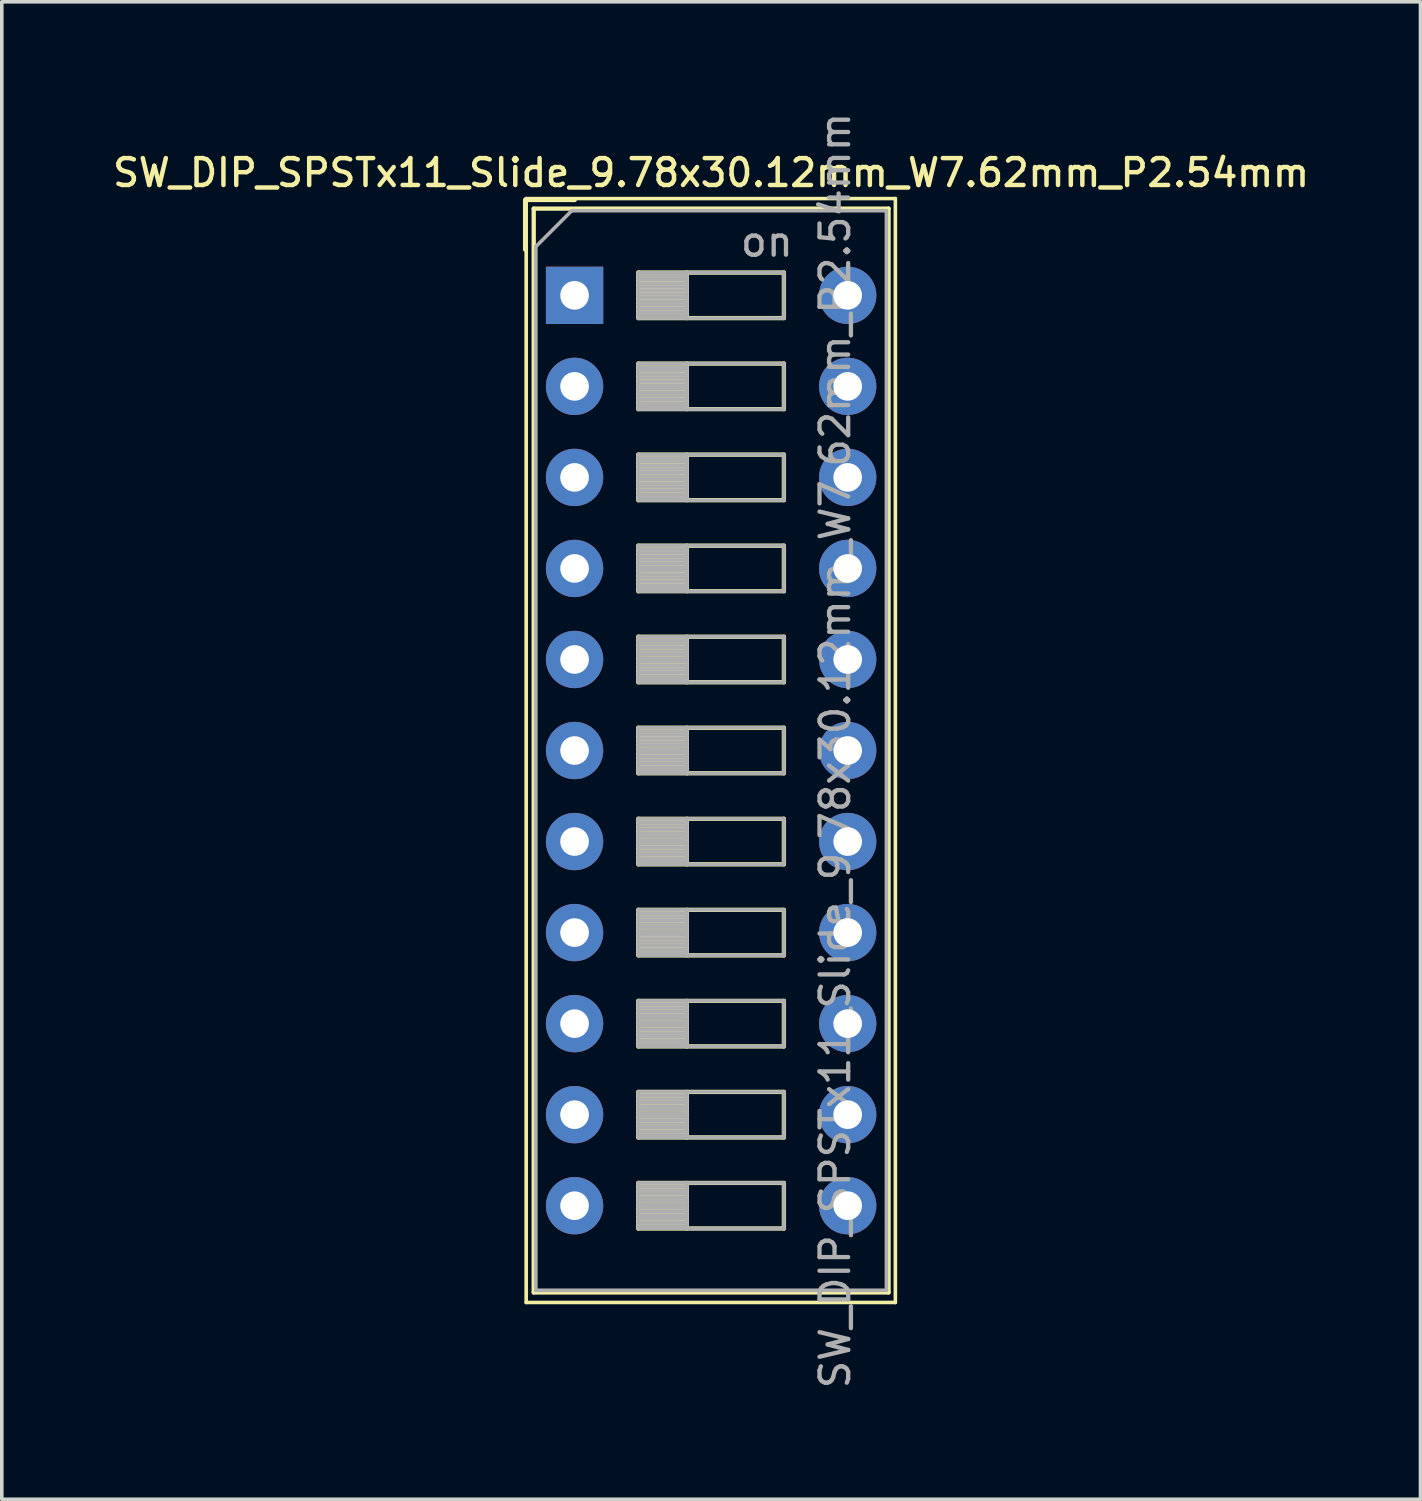
<source format=kicad_pcb>
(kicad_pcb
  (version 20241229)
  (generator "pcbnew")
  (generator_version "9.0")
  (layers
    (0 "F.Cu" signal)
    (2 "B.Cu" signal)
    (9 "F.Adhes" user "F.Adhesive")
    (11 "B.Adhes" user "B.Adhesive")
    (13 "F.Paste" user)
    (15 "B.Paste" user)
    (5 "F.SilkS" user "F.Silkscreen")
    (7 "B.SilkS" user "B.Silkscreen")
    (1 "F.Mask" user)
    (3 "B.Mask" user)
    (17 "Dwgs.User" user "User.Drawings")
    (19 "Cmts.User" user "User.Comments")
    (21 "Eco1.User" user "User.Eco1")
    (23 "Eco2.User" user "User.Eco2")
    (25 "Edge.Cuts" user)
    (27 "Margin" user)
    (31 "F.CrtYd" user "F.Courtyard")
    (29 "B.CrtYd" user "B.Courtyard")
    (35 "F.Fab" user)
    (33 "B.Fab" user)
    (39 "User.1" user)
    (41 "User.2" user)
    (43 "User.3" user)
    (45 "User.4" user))
  (footprint "SW_DIP_SPSTx11_Slide_9.78x30.12mm_W7.62mm_P2.54mm"
    (layer "F.Cu")
    (at 12.981 5.19)
    (property "Reference" "SW_DIP_SPSTx11_Slide_9.78x30.12mm_W7.62mm_P2.54mm" (at 3.81 -3.42 0) (layer "F.SilkS") (effects (font (size 0.75 0.75) (thickness 0.125))))
    (attr through_hole)
    (fp_line (start -1.38 -2.66) (end -1.38 -1.277) (stroke (width 0.12) (type solid)) (layer "F.SilkS"))
    (fp_line (start -1.38 -2.66) (end 0.004 -2.66) (stroke (width 0.12) (type solid)) (layer "F.SilkS"))
    (fp_line (start -1.35 -2.7) (end -1.35 28.1) (stroke (width 0.1) (type solid)) (layer "F.SilkS"))
    (fp_line (start -1.35 28.1) (end 8.95 28.1) (stroke (width 0.1) (type solid)) (layer "F.SilkS"))
    (fp_line (start -1.14 -2.42) (end -1.14 27.82) (stroke (width 0.12) (type solid)) (layer "F.SilkS"))
    (fp_line (start -1.14 -2.42) (end 8.76 -2.42) (stroke (width 0.12) (type solid)) (layer "F.SilkS"))
    (fp_line (start -1.14 27.82) (end 8.76 27.82) (stroke (width 0.12) (type solid)) (layer "F.SilkS"))
    (fp_line (start 1.78 -0.635) (end 1.78 0.635) (stroke (width 0.12) (type solid)) (layer "F.SilkS"))
    (fp_line (start 1.78 -0.515) (end 3.133 -0.515) (stroke (width 0.12) (type solid)) (layer "F.SilkS"))
    (fp_line (start 1.78 -0.395) (end 3.133 -0.395) (stroke (width 0.12) (type solid)) (layer "F.SilkS"))
    (fp_line (start 1.78 -0.275) (end 3.133 -0.275) (stroke (width 0.12) (type solid)) (layer "F.SilkS"))
    (fp_line (start 1.78 -0.155) (end 3.133 -0.155) (stroke (width 0.12) (type solid)) (layer "F.SilkS"))
    (fp_line (start 1.78 -0.035) (end 3.133 -0.035) (stroke (width 0.12) (type solid)) (layer "F.SilkS"))
    (fp_line (start 1.78 0.085) (end 3.133 0.085) (stroke (width 0.12) (type solid)) (layer "F.SilkS"))
    (fp_line (start 1.78 0.205) (end 3.133 0.205) (stroke (width 0.12) (type solid)) (layer "F.SilkS"))
    (fp_line (start 1.78 0.325) (end 3.133 0.325) (stroke (width 0.12) (type solid)) (layer "F.SilkS"))
    (fp_line (start 1.78 0.445) (end 3.133 0.445) (stroke (width 0.12) (type solid)) (layer "F.SilkS"))
    (fp_line (start 1.78 0.565) (end 3.133 0.565) (stroke (width 0.12) (type solid)) (layer "F.SilkS"))
    (fp_line (start 1.78 0.635) (end 5.84 0.635) (stroke (width 0.12) (type solid)) (layer "F.SilkS"))
    (fp_line (start 1.78 1.905) (end 1.78 3.175) (stroke (width 0.12) (type solid)) (layer "F.SilkS"))
    (fp_line (start 1.78 2.025) (end 3.133 2.025) (stroke (width 0.12) (type solid)) (layer "F.SilkS"))
    (fp_line (start 1.78 2.145) (end 3.133 2.145) (stroke (width 0.12) (type solid)) (layer "F.SilkS"))
    (fp_line (start 1.78 2.265) (end 3.133 2.265) (stroke (width 0.12) (type solid)) (layer "F.SilkS"))
    (fp_line (start 1.78 2.385) (end 3.133 2.385) (stroke (width 0.12) (type solid)) (layer "F.SilkS"))
    (fp_line (start 1.78 2.505) (end 3.133 2.505) (stroke (width 0.12) (type solid)) (layer "F.SilkS"))
    (fp_line (start 1.78 2.625) (end 3.133 2.625) (stroke (width 0.12) (type solid)) (layer "F.SilkS"))
    (fp_line (start 1.78 2.745) (end 3.133 2.745) (stroke (width 0.12) (type solid)) (layer "F.SilkS"))
    (fp_line (start 1.78 2.865) (end 3.133 2.865) (stroke (width 0.12) (type solid)) (layer "F.SilkS"))
    (fp_line (start 1.78 2.985) (end 3.133 2.985) (stroke (width 0.12) (type solid)) (layer "F.SilkS"))
    (fp_line (start 1.78 3.105) (end 3.133 3.105) (stroke (width 0.12) (type solid)) (layer "F.SilkS"))
    (fp_line (start 1.78 3.175) (end 5.84 3.175) (stroke (width 0.12) (type solid)) (layer "F.SilkS"))
    (fp_line (start 1.78 4.445) (end 1.78 5.715) (stroke (width 0.12) (type solid)) (layer "F.SilkS"))
    (fp_line (start 1.78 4.565) (end 3.133 4.565) (stroke (width 0.12) (type solid)) (layer "F.SilkS"))
    (fp_line (start 1.78 4.685) (end 3.133 4.685) (stroke (width 0.12) (type solid)) (layer "F.SilkS"))
    (fp_line (start 1.78 4.805) (end 3.133 4.805) (stroke (width 0.12) (type solid)) (layer "F.SilkS"))
    (fp_line (start 1.78 4.925) (end 3.133 4.925) (stroke (width 0.12) (type solid)) (layer "F.SilkS"))
    (fp_line (start 1.78 5.045) (end 3.133 5.045) (stroke (width 0.12) (type solid)) (layer "F.SilkS"))
    (fp_line (start 1.78 5.165) (end 3.133 5.165) (stroke (width 0.12) (type solid)) (layer "F.SilkS"))
    (fp_line (start 1.78 5.285) (end 3.133 5.285) (stroke (width 0.12) (type solid)) (layer "F.SilkS"))
    (fp_line (start 1.78 5.405) (end 3.133 5.405) (stroke (width 0.12) (type solid)) (layer "F.SilkS"))
    (fp_line (start 1.78 5.525) (end 3.133 5.525) (stroke (width 0.12) (type solid)) (layer "F.SilkS"))
    (fp_line (start 1.78 5.645) (end 3.133 5.645) (stroke (width 0.12) (type solid)) (layer "F.SilkS"))
    (fp_line (start 1.78 5.715) (end 5.84 5.715) (stroke (width 0.12) (type solid)) (layer "F.SilkS"))
    (fp_line (start 1.78 6.985) (end 1.78 8.255) (stroke (width 0.12) (type solid)) (layer "F.SilkS"))
    (fp_line (start 1.78 7.105) (end 3.133 7.105) (stroke (width 0.12) (type solid)) (layer "F.SilkS"))
    (fp_line (start 1.78 7.225) (end 3.133 7.225) (stroke (width 0.12) (type solid)) (layer "F.SilkS"))
    (fp_line (start 1.78 7.345) (end 3.133 7.345) (stroke (width 0.12) (type solid)) (layer "F.SilkS"))
    (fp_line (start 1.78 7.465) (end 3.133 7.465) (stroke (width 0.12) (type solid)) (layer "F.SilkS"))
    (fp_line (start 1.78 7.585) (end 3.133 7.585) (stroke (width 0.12) (type solid)) (layer "F.SilkS"))
    (fp_line (start 1.78 7.705) (end 3.133 7.705) (stroke (width 0.12) (type solid)) (layer "F.SilkS"))
    (fp_line (start 1.78 7.825) (end 3.133 7.825) (stroke (width 0.12) (type solid)) (layer "F.SilkS"))
    (fp_line (start 1.78 7.945) (end 3.133 7.945) (stroke (width 0.12) (type solid)) (layer "F.SilkS"))
    (fp_line (start 1.78 8.065) (end 3.133 8.065) (stroke (width 0.12) (type solid)) (layer "F.SilkS"))
    (fp_line (start 1.78 8.185) (end 3.133 8.185) (stroke (width 0.12) (type solid)) (layer "F.SilkS"))
    (fp_line (start 1.78 8.255) (end 5.84 8.255) (stroke (width 0.12) (type solid)) (layer "F.SilkS"))
    (fp_line (start 1.78 9.525) (end 1.78 10.795) (stroke (width 0.12) (type solid)) (layer "F.SilkS"))
    (fp_line (start 1.78 9.645) (end 3.133 9.645) (stroke (width 0.12) (type solid)) (layer "F.SilkS"))
    (fp_line (start 1.78 9.765) (end 3.133 9.765) (stroke (width 0.12) (type solid)) (layer "F.SilkS"))
    (fp_line (start 1.78 9.885) (end 3.133 9.885) (stroke (width 0.12) (type solid)) (layer "F.SilkS"))
    (fp_line (start 1.78 10.005) (end 3.133 10.005) (stroke (width 0.12) (type solid)) (layer "F.SilkS"))
    (fp_line (start 1.78 10.125) (end 3.133 10.125) (stroke (width 0.12) (type solid)) (layer "F.SilkS"))
    (fp_line (start 1.78 10.245) (end 3.133 10.245) (stroke (width 0.12) (type solid)) (layer "F.SilkS"))
    (fp_line (start 1.78 10.365) (end 3.133 10.365) (stroke (width 0.12) (type solid)) (layer "F.SilkS"))
    (fp_line (start 1.78 10.485) (end 3.133 10.485) (stroke (width 0.12) (type solid)) (layer "F.SilkS"))
    (fp_line (start 1.78 10.605) (end 3.133 10.605) (stroke (width 0.12) (type solid)) (layer "F.SilkS"))
    (fp_line (start 1.78 10.725) (end 3.133 10.725) (stroke (width 0.12) (type solid)) (layer "F.SilkS"))
    (fp_line (start 1.78 10.795) (end 5.84 10.795) (stroke (width 0.12) (type solid)) (layer "F.SilkS"))
    (fp_line (start 1.78 12.065) (end 1.78 13.335) (stroke (width 0.12) (type solid)) (layer "F.SilkS"))
    (fp_line (start 1.78 12.185) (end 3.133 12.185) (stroke (width 0.12) (type solid)) (layer "F.SilkS"))
    (fp_line (start 1.78 12.305) (end 3.133 12.305) (stroke (width 0.12) (type solid)) (layer "F.SilkS"))
    (fp_line (start 1.78 12.425) (end 3.133 12.425) (stroke (width 0.12) (type solid)) (layer "F.SilkS"))
    (fp_line (start 1.78 12.545) (end 3.133 12.545) (stroke (width 0.12) (type solid)) (layer "F.SilkS"))
    (fp_line (start 1.78 12.665) (end 3.133 12.665) (stroke (width 0.12) (type solid)) (layer "F.SilkS"))
    (fp_line (start 1.78 12.785) (end 3.133 12.785) (stroke (width 0.12) (type solid)) (layer "F.SilkS"))
    (fp_line (start 1.78 12.905) (end 3.133 12.905) (stroke (width 0.12) (type solid)) (layer "F.SilkS"))
    (fp_line (start 1.78 13.025) (end 3.133 13.025) (stroke (width 0.12) (type solid)) (layer "F.SilkS"))
    (fp_line (start 1.78 13.145) (end 3.133 13.145) (stroke (width 0.12) (type solid)) (layer "F.SilkS"))
    (fp_line (start 1.78 13.265) (end 3.133 13.265) (stroke (width 0.12) (type solid)) (layer "F.SilkS"))
    (fp_line (start 1.78 13.335) (end 5.84 13.335) (stroke (width 0.12) (type solid)) (layer "F.SilkS"))
    (fp_line (start 1.78 14.605) (end 1.78 15.875) (stroke (width 0.12) (type solid)) (layer "F.SilkS"))
    (fp_line (start 1.78 14.725) (end 3.133 14.725) (stroke (width 0.12) (type solid)) (layer "F.SilkS"))
    (fp_line (start 1.78 14.845) (end 3.133 14.845) (stroke (width 0.12) (type solid)) (layer "F.SilkS"))
    (fp_line (start 1.78 14.965) (end 3.133 14.965) (stroke (width 0.12) (type solid)) (layer "F.SilkS"))
    (fp_line (start 1.78 15.085) (end 3.133 15.085) (stroke (width 0.12) (type solid)) (layer "F.SilkS"))
    (fp_line (start 1.78 15.205) (end 3.133 15.205) (stroke (width 0.12) (type solid)) (layer "F.SilkS"))
    (fp_line (start 1.78 15.325) (end 3.133 15.325) (stroke (width 0.12) (type solid)) (layer "F.SilkS"))
    (fp_line (start 1.78 15.445) (end 3.133 15.445) (stroke (width 0.12) (type solid)) (layer "F.SilkS"))
    (fp_line (start 1.78 15.565) (end 3.133 15.565) (stroke (width 0.12) (type solid)) (layer "F.SilkS"))
    (fp_line (start 1.78 15.685) (end 3.133 15.685) (stroke (width 0.12) (type solid)) (layer "F.SilkS"))
    (fp_line (start 1.78 15.805) (end 3.133 15.805) (stroke (width 0.12) (type solid)) (layer "F.SilkS"))
    (fp_line (start 1.78 15.875) (end 5.84 15.875) (stroke (width 0.12) (type solid)) (layer "F.SilkS"))
    (fp_line (start 1.78 17.145) (end 1.78 18.415) (stroke (width 0.12) (type solid)) (layer "F.SilkS"))
    (fp_line (start 1.78 17.265) (end 3.133 17.265) (stroke (width 0.12) (type solid)) (layer "F.SilkS"))
    (fp_line (start 1.78 17.385) (end 3.133 17.385) (stroke (width 0.12) (type solid)) (layer "F.SilkS"))
    (fp_line (start 1.78 17.505) (end 3.133 17.505) (stroke (width 0.12) (type solid)) (layer "F.SilkS"))
    (fp_line (start 1.78 17.625) (end 3.133 17.625) (stroke (width 0.12) (type solid)) (layer "F.SilkS"))
    (fp_line (start 1.78 17.745) (end 3.133 17.745) (stroke (width 0.12) (type solid)) (layer "F.SilkS"))
    (fp_line (start 1.78 17.865) (end 3.133 17.865) (stroke (width 0.12) (type solid)) (layer "F.SilkS"))
    (fp_line (start 1.78 17.985) (end 3.133 17.985) (stroke (width 0.12) (type solid)) (layer "F.SilkS"))
    (fp_line (start 1.78 18.105) (end 3.133 18.105) (stroke (width 0.12) (type solid)) (layer "F.SilkS"))
    (fp_line (start 1.78 18.225) (end 3.133 18.225) (stroke (width 0.12) (type solid)) (layer "F.SilkS"))
    (fp_line (start 1.78 18.345) (end 3.133 18.345) (stroke (width 0.12) (type solid)) (layer "F.SilkS"))
    (fp_line (start 1.78 18.415) (end 5.84 18.415) (stroke (width 0.12) (type solid)) (layer "F.SilkS"))
    (fp_line (start 1.78 19.685) (end 1.78 20.955) (stroke (width 0.12) (type solid)) (layer "F.SilkS"))
    (fp_line (start 1.78 19.805) (end 3.133 19.805) (stroke (width 0.12) (type solid)) (layer "F.SilkS"))
    (fp_line (start 1.78 19.925) (end 3.133 19.925) (stroke (width 0.12) (type solid)) (layer "F.SilkS"))
    (fp_line (start 1.78 20.045) (end 3.133 20.045) (stroke (width 0.12) (type solid)) (layer "F.SilkS"))
    (fp_line (start 1.78 20.165) (end 3.133 20.165) (stroke (width 0.12) (type solid)) (layer "F.SilkS"))
    (fp_line (start 1.78 20.285) (end 3.133 20.285) (stroke (width 0.12) (type solid)) (layer "F.SilkS"))
    (fp_line (start 1.78 20.405) (end 3.133 20.405) (stroke (width 0.12) (type solid)) (layer "F.SilkS"))
    (fp_line (start 1.78 20.525) (end 3.133 20.525) (stroke (width 0.12) (type solid)) (layer "F.SilkS"))
    (fp_line (start 1.78 20.645) (end 3.133 20.645) (stroke (width 0.12) (type solid)) (layer "F.SilkS"))
    (fp_line (start 1.78 20.765) (end 3.133 20.765) (stroke (width 0.12) (type solid)) (layer "F.SilkS"))
    (fp_line (start 1.78 20.885) (end 3.133 20.885) (stroke (width 0.12) (type solid)) (layer "F.SilkS"))
    (fp_line (start 1.78 20.955) (end 5.84 20.955) (stroke (width 0.12) (type solid)) (layer "F.SilkS"))
    (fp_line (start 1.78 22.225) (end 1.78 23.495) (stroke (width 0.12) (type solid)) (layer "F.SilkS"))
    (fp_line (start 1.78 22.345) (end 3.133 22.345) (stroke (width 0.12) (type solid)) (layer "F.SilkS"))
    (fp_line (start 1.78 22.465) (end 3.133 22.465) (stroke (width 0.12) (type solid)) (layer "F.SilkS"))
    (fp_line (start 1.78 22.585) (end 3.133 22.585) (stroke (width 0.12) (type solid)) (layer "F.SilkS"))
    (fp_line (start 1.78 22.705) (end 3.133 22.705) (stroke (width 0.12) (type solid)) (layer "F.SilkS"))
    (fp_line (start 1.78 22.825) (end 3.133 22.825) (stroke (width 0.12) (type solid)) (layer "F.SilkS"))
    (fp_line (start 1.78 22.945) (end 3.133 22.945) (stroke (width 0.12) (type solid)) (layer "F.SilkS"))
    (fp_line (start 1.78 23.065) (end 3.133 23.065) (stroke (width 0.12) (type solid)) (layer "F.SilkS"))
    (fp_line (start 1.78 23.185) (end 3.133 23.185) (stroke (width 0.12) (type solid)) (layer "F.SilkS"))
    (fp_line (start 1.78 23.305) (end 3.133 23.305) (stroke (width 0.12) (type solid)) (layer "F.SilkS"))
    (fp_line (start 1.78 23.425) (end 3.133 23.425) (stroke (width 0.12) (type solid)) (layer "F.SilkS"))
    (fp_line (start 1.78 23.495) (end 5.84 23.495) (stroke (width 0.12) (type solid)) (layer "F.SilkS"))
    (fp_line (start 1.78 24.765) (end 1.78 26.035) (stroke (width 0.12) (type solid)) (layer "F.SilkS"))
    (fp_line (start 1.78 24.885) (end 3.133 24.885) (stroke (width 0.12) (type solid)) (layer "F.SilkS"))
    (fp_line (start 1.78 25.005) (end 3.133 25.005) (stroke (width 0.12) (type solid)) (layer "F.SilkS"))
    (fp_line (start 1.78 25.125) (end 3.133 25.125) (stroke (width 0.12) (type solid)) (layer "F.SilkS"))
    (fp_line (start 1.78 25.245) (end 3.133 25.245) (stroke (width 0.12) (type solid)) (layer "F.SilkS"))
    (fp_line (start 1.78 25.365) (end 3.133 25.365) (stroke (width 0.12) (type solid)) (layer "F.SilkS"))
    (fp_line (start 1.78 25.485) (end 3.133 25.485) (stroke (width 0.12) (type solid)) (layer "F.SilkS"))
    (fp_line (start 1.78 25.605) (end 3.133 25.605) (stroke (width 0.12) (type solid)) (layer "F.SilkS"))
    (fp_line (start 1.78 25.725) (end 3.133 25.725) (stroke (width 0.12) (type solid)) (layer "F.SilkS"))
    (fp_line (start 1.78 25.845) (end 3.133 25.845) (stroke (width 0.12) (type solid)) (layer "F.SilkS"))
    (fp_line (start 1.78 25.965) (end 3.133 25.965) (stroke (width 0.12) (type solid)) (layer "F.SilkS"))
    (fp_line (start 1.78 26.035) (end 5.84 26.035) (stroke (width 0.12) (type solid)) (layer "F.SilkS"))
    (fp_line (start 3.133 -0.635) (end 3.133 0.635) (stroke (width 0.12) (type solid)) (layer "F.SilkS"))
    (fp_line (start 3.133 1.905) (end 3.133 3.175) (stroke (width 0.12) (type solid)) (layer "F.SilkS"))
    (fp_line (start 3.133 4.445) (end 3.133 5.715) (stroke (width 0.12) (type solid)) (layer "F.SilkS"))
    (fp_line (start 3.133 6.985) (end 3.133 8.255) (stroke (width 0.12) (type solid)) (layer "F.SilkS"))
    (fp_line (start 3.133 9.525) (end 3.133 10.795) (stroke (width 0.12) (type solid)) (layer "F.SilkS"))
    (fp_line (start 3.133 12.065) (end 3.133 13.335) (stroke (width 0.12) (type solid)) (layer "F.SilkS"))
    (fp_line (start 3.133 14.605) (end 3.133 15.875) (stroke (width 0.12) (type solid)) (layer "F.SilkS"))
    (fp_line (start 3.133 17.145) (end 3.133 18.415) (stroke (width 0.12) (type solid)) (layer "F.SilkS"))
    (fp_line (start 3.133 19.685) (end 3.133 20.955) (stroke (width 0.12) (type solid)) (layer "F.SilkS"))
    (fp_line (start 3.133 22.225) (end 3.133 23.495) (stroke (width 0.12) (type solid)) (layer "F.SilkS"))
    (fp_line (start 3.133 24.765) (end 3.133 26.035) (stroke (width 0.12) (type solid)) (layer "F.SilkS"))
    (fp_line (start 5.84 -0.635) (end 1.78 -0.635) (stroke (width 0.12) (type solid)) (layer "F.SilkS"))
    (fp_line (start 5.84 0.635) (end 5.84 -0.635) (stroke (width 0.12) (type solid)) (layer "F.SilkS"))
    (fp_line (start 5.84 1.905) (end 1.78 1.905) (stroke (width 0.12) (type solid)) (layer "F.SilkS"))
    (fp_line (start 5.84 3.175) (end 5.84 1.905) (stroke (width 0.12) (type solid)) (layer "F.SilkS"))
    (fp_line (start 5.84 4.445) (end 1.78 4.445) (stroke (width 0.12) (type solid)) (layer "F.SilkS"))
    (fp_line (start 5.84 5.715) (end 5.84 4.445) (stroke (width 0.12) (type solid)) (layer "F.SilkS"))
    (fp_line (start 5.84 6.985) (end 1.78 6.985) (stroke (width 0.12) (type solid)) (layer "F.SilkS"))
    (fp_line (start 5.84 8.255) (end 5.84 6.985) (stroke (width 0.12) (type solid)) (layer "F.SilkS"))
    (fp_line (start 5.84 9.525) (end 1.78 9.525) (stroke (width 0.12) (type solid)) (layer "F.SilkS"))
    (fp_line (start 5.84 10.795) (end 5.84 9.525) (stroke (width 0.12) (type solid)) (layer "F.SilkS"))
    (fp_line (start 5.84 12.065) (end 1.78 12.065) (stroke (width 0.12) (type solid)) (layer "F.SilkS"))
    (fp_line (start 5.84 13.335) (end 5.84 12.065) (stroke (width 0.12) (type solid)) (layer "F.SilkS"))
    (fp_line (start 5.84 14.605) (end 1.78 14.605) (stroke (width 0.12) (type solid)) (layer "F.SilkS"))
    (fp_line (start 5.84 15.875) (end 5.84 14.605) (stroke (width 0.12) (type solid)) (layer "F.SilkS"))
    (fp_line (start 5.84 17.145) (end 1.78 17.145) (stroke (width 0.12) (type solid)) (layer "F.SilkS"))
    (fp_line (start 5.84 18.415) (end 5.84 17.145) (stroke (width 0.12) (type solid)) (layer "F.SilkS"))
    (fp_line (start 5.84 19.685) (end 1.78 19.685) (stroke (width 0.12) (type solid)) (layer "F.SilkS"))
    (fp_line (start 5.84 20.955) (end 5.84 19.685) (stroke (width 0.12) (type solid)) (layer "F.SilkS"))
    (fp_line (start 5.84 22.225) (end 1.78 22.225) (stroke (width 0.12) (type solid)) (layer "F.SilkS"))
    (fp_line (start 5.84 23.495) (end 5.84 22.225) (stroke (width 0.12) (type solid)) (layer "F.SilkS"))
    (fp_line (start 5.84 24.765) (end 1.78 24.765) (stroke (width 0.12) (type solid)) (layer "F.SilkS"))
    (fp_line (start 5.84 26.035) (end 5.84 24.765) (stroke (width 0.12) (type solid)) (layer "F.SilkS"))
    (fp_line (start 8.76 -2.42) (end 8.76 27.82) (stroke (width 0.12) (type solid)) (layer "F.SilkS"))
    (fp_line (start 8.95 -2.7) (end -1.35 -2.7) (stroke (width 0.1) (type solid)) (layer "F.SilkS"))
    (fp_line (start 8.95 28.1) (end 8.95 -2.7) (stroke (width 0.1) (type solid)) (layer "F.SilkS"))
    (fp_line (start -1.08 -1.36) (end -0.08 -2.36) (stroke (width 0.1) (type solid)) (layer "F.Fab"))
    (fp_line (start -1.08 27.76) (end -1.08 -1.36) (stroke (width 0.1) (type solid)) (layer "F.Fab"))
    (fp_line (start -0.08 -2.36) (end 8.7 -2.36) (stroke (width 0.1) (type solid)) (layer "F.Fab"))
    (fp_line (start 1.78 -0.635) (end 1.78 0.635) (stroke (width 0.1) (type solid)) (layer "F.Fab"))
    (fp_line (start 1.78 -0.535) (end 3.133 -0.535) (stroke (width 0.1) (type solid)) (layer "F.Fab"))
    (fp_line (start 1.78 -0.435) (end 3.133 -0.435) (stroke (width 0.1) (type solid)) (layer "F.Fab"))
    (fp_line (start 1.78 -0.335) (end 3.133 -0.335) (stroke (width 0.1) (type solid)) (layer "F.Fab"))
    (fp_line (start 1.78 -0.235) (end 3.133 -0.235) (stroke (width 0.1) (type solid)) (layer "F.Fab"))
    (fp_line (start 1.78 -0.135) (end 3.133 -0.135) (stroke (width 0.1) (type solid)) (layer "F.Fab"))
    (fp_line (start 1.78 -0.035) (end 3.133 -0.035) (stroke (width 0.1) (type solid)) (layer "F.Fab"))
    (fp_line (start 1.78 0.065) (end 3.133 0.065) (stroke (width 0.1) (type solid)) (layer "F.Fab"))
    (fp_line (start 1.78 0.165) (end 3.133 0.165) (stroke (width 0.1) (type solid)) (layer "F.Fab"))
    (fp_line (start 1.78 0.265) (end 3.133 0.265) (stroke (width 0.1) (type solid)) (layer "F.Fab"))
    (fp_line (start 1.78 0.365) (end 3.133 0.365) (stroke (width 0.1) (type solid)) (layer "F.Fab"))
    (fp_line (start 1.78 0.465) (end 3.133 0.465) (stroke (width 0.1) (type solid)) (layer "F.Fab"))
    (fp_line (start 1.78 0.565) (end 3.133 0.565) (stroke (width 0.1) (type solid)) (layer "F.Fab"))
    (fp_line (start 1.78 0.635) (end 5.84 0.635) (stroke (width 0.1) (type solid)) (layer "F.Fab"))
    (fp_line (start 1.78 1.905) (end 1.78 3.175) (stroke (width 0.1) (type solid)) (layer "F.Fab"))
    (fp_line (start 1.78 2.005) (end 3.133 2.005) (stroke (width 0.1) (type solid)) (layer "F.Fab"))
    (fp_line (start 1.78 2.105) (end 3.133 2.105) (stroke (width 0.1) (type solid)) (layer "F.Fab"))
    (fp_line (start 1.78 2.205) (end 3.133 2.205) (stroke (width 0.1) (type solid)) (layer "F.Fab"))
    (fp_line (start 1.78 2.305) (end 3.133 2.305) (stroke (width 0.1) (type solid)) (layer "F.Fab"))
    (fp_line (start 1.78 2.405) (end 3.133 2.405) (stroke (width 0.1) (type solid)) (layer "F.Fab"))
    (fp_line (start 1.78 2.505) (end 3.133 2.505) (stroke (width 0.1) (type solid)) (layer "F.Fab"))
    (fp_line (start 1.78 2.605) (end 3.133 2.605) (stroke (width 0.1) (type solid)) (layer "F.Fab"))
    (fp_line (start 1.78 2.705) (end 3.133 2.705) (stroke (width 0.1) (type solid)) (layer "F.Fab"))
    (fp_line (start 1.78 2.805) (end 3.133 2.805) (stroke (width 0.1) (type solid)) (layer "F.Fab"))
    (fp_line (start 1.78 2.905) (end 3.133 2.905) (stroke (width 0.1) (type solid)) (layer "F.Fab"))
    (fp_line (start 1.78 3.005) (end 3.133 3.005) (stroke (width 0.1) (type solid)) (layer "F.Fab"))
    (fp_line (start 1.78 3.105) (end 3.133 3.105) (stroke (width 0.1) (type solid)) (layer "F.Fab"))
    (fp_line (start 1.78 3.175) (end 5.84 3.175) (stroke (width 0.1) (type solid)) (layer "F.Fab"))
    (fp_line (start 1.78 4.445) (end 1.78 5.715) (stroke (width 0.1) (type solid)) (layer "F.Fab"))
    (fp_line (start 1.78 4.545) (end 3.133 4.545) (stroke (width 0.1) (type solid)) (layer "F.Fab"))
    (fp_line (start 1.78 4.645) (end 3.133 4.645) (stroke (width 0.1) (type solid)) (layer "F.Fab"))
    (fp_line (start 1.78 4.745) (end 3.133 4.745) (stroke (width 0.1) (type solid)) (layer "F.Fab"))
    (fp_line (start 1.78 4.845) (end 3.133 4.845) (stroke (width 0.1) (type solid)) (layer "F.Fab"))
    (fp_line (start 1.78 4.945) (end 3.133 4.945) (stroke (width 0.1) (type solid)) (layer "F.Fab"))
    (fp_line (start 1.78 5.045) (end 3.133 5.045) (stroke (width 0.1) (type solid)) (layer "F.Fab"))
    (fp_line (start 1.78 5.145) (end 3.133 5.145) (stroke (width 0.1) (type solid)) (layer "F.Fab"))
    (fp_line (start 1.78 5.245) (end 3.133 5.245) (stroke (width 0.1) (type solid)) (layer "F.Fab"))
    (fp_line (start 1.78 5.345) (end 3.133 5.345) (stroke (width 0.1) (type solid)) (layer "F.Fab"))
    (fp_line (start 1.78 5.445) (end 3.133 5.445) (stroke (width 0.1) (type solid)) (layer "F.Fab"))
    (fp_line (start 1.78 5.545) (end 3.133 5.545) (stroke (width 0.1) (type solid)) (layer "F.Fab"))
    (fp_line (start 1.78 5.645) (end 3.133 5.645) (stroke (width 0.1) (type solid)) (layer "F.Fab"))
    (fp_line (start 1.78 5.715) (end 5.84 5.715) (stroke (width 0.1) (type solid)) (layer "F.Fab"))
    (fp_line (start 1.78 6.985) (end 1.78 8.255) (stroke (width 0.1) (type solid)) (layer "F.Fab"))
    (fp_line (start 1.78 7.085) (end 3.133 7.085) (stroke (width 0.1) (type solid)) (layer "F.Fab"))
    (fp_line (start 1.78 7.185) (end 3.133 7.185) (stroke (width 0.1) (type solid)) (layer "F.Fab"))
    (fp_line (start 1.78 7.285) (end 3.133 7.285) (stroke (width 0.1) (type solid)) (layer "F.Fab"))
    (fp_line (start 1.78 7.385) (end 3.133 7.385) (stroke (width 0.1) (type solid)) (layer "F.Fab"))
    (fp_line (start 1.78 7.485) (end 3.133 7.485) (stroke (width 0.1) (type solid)) (layer "F.Fab"))
    (fp_line (start 1.78 7.585) (end 3.133 7.585) (stroke (width 0.1) (type solid)) (layer "F.Fab"))
    (fp_line (start 1.78 7.685) (end 3.133 7.685) (stroke (width 0.1) (type solid)) (layer "F.Fab"))
    (fp_line (start 1.78 7.785) (end 3.133 7.785) (stroke (width 0.1) (type solid)) (layer "F.Fab"))
    (fp_line (start 1.78 7.885) (end 3.133 7.885) (stroke (width 0.1) (type solid)) (layer "F.Fab"))
    (fp_line (start 1.78 7.985) (end 3.133 7.985) (stroke (width 0.1) (type solid)) (layer "F.Fab"))
    (fp_line (start 1.78 8.085) (end 3.133 8.085) (stroke (width 0.1) (type solid)) (layer "F.Fab"))
    (fp_line (start 1.78 8.185) (end 3.133 8.185) (stroke (width 0.1) (type solid)) (layer "F.Fab"))
    (fp_line (start 1.78 8.255) (end 5.84 8.255) (stroke (width 0.1) (type solid)) (layer "F.Fab"))
    (fp_line (start 1.78 9.525) (end 1.78 10.795) (stroke (width 0.1) (type solid)) (layer "F.Fab"))
    (fp_line (start 1.78 9.625) (end 3.133 9.625) (stroke (width 0.1) (type solid)) (layer "F.Fab"))
    (fp_line (start 1.78 9.725) (end 3.133 9.725) (stroke (width 0.1) (type solid)) (layer "F.Fab"))
    (fp_line (start 1.78 9.825) (end 3.133 9.825) (stroke (width 0.1) (type solid)) (layer "F.Fab"))
    (fp_line (start 1.78 9.925) (end 3.133 9.925) (stroke (width 0.1) (type solid)) (layer "F.Fab"))
    (fp_line (start 1.78 10.025) (end 3.133 10.025) (stroke (width 0.1) (type solid)) (layer "F.Fab"))
    (fp_line (start 1.78 10.125) (end 3.133 10.125) (stroke (width 0.1) (type solid)) (layer "F.Fab"))
    (fp_line (start 1.78 10.225) (end 3.133 10.225) (stroke (width 0.1) (type solid)) (layer "F.Fab"))
    (fp_line (start 1.78 10.325) (end 3.133 10.325) (stroke (width 0.1) (type solid)) (layer "F.Fab"))
    (fp_line (start 1.78 10.425) (end 3.133 10.425) (stroke (width 0.1) (type solid)) (layer "F.Fab"))
    (fp_line (start 1.78 10.525) (end 3.133 10.525) (stroke (width 0.1) (type solid)) (layer "F.Fab"))
    (fp_line (start 1.78 10.625) (end 3.133 10.625) (stroke (width 0.1) (type solid)) (layer "F.Fab"))
    (fp_line (start 1.78 10.725) (end 3.133 10.725) (stroke (width 0.1) (type solid)) (layer "F.Fab"))
    (fp_line (start 1.78 10.795) (end 5.84 10.795) (stroke (width 0.1) (type solid)) (layer "F.Fab"))
    (fp_line (start 1.78 12.065) (end 1.78 13.335) (stroke (width 0.1) (type solid)) (layer "F.Fab"))
    (fp_line (start 1.78 12.165) (end 3.133 12.165) (stroke (width 0.1) (type solid)) (layer "F.Fab"))
    (fp_line (start 1.78 12.265) (end 3.133 12.265) (stroke (width 0.1) (type solid)) (layer "F.Fab"))
    (fp_line (start 1.78 12.365) (end 3.133 12.365) (stroke (width 0.1) (type solid)) (layer "F.Fab"))
    (fp_line (start 1.78 12.465) (end 3.133 12.465) (stroke (width 0.1) (type solid)) (layer "F.Fab"))
    (fp_line (start 1.78 12.565) (end 3.133 12.565) (stroke (width 0.1) (type solid)) (layer "F.Fab"))
    (fp_line (start 1.78 12.665) (end 3.133 12.665) (stroke (width 0.1) (type solid)) (layer "F.Fab"))
    (fp_line (start 1.78 12.765) (end 3.133 12.765) (stroke (width 0.1) (type solid)) (layer "F.Fab"))
    (fp_line (start 1.78 12.865) (end 3.133 12.865) (stroke (width 0.1) (type solid)) (layer "F.Fab"))
    (fp_line (start 1.78 12.965) (end 3.133 12.965) (stroke (width 0.1) (type solid)) (layer "F.Fab"))
    (fp_line (start 1.78 13.065) (end 3.133 13.065) (stroke (width 0.1) (type solid)) (layer "F.Fab"))
    (fp_line (start 1.78 13.165) (end 3.133 13.165) (stroke (width 0.1) (type solid)) (layer "F.Fab"))
    (fp_line (start 1.78 13.265) (end 3.133 13.265) (stroke (width 0.1) (type solid)) (layer "F.Fab"))
    (fp_line (start 1.78 13.335) (end 5.84 13.335) (stroke (width 0.1) (type solid)) (layer "F.Fab"))
    (fp_line (start 1.78 14.605) (end 1.78 15.875) (stroke (width 0.1) (type solid)) (layer "F.Fab"))
    (fp_line (start 1.78 14.705) (end 3.133 14.705) (stroke (width 0.1) (type solid)) (layer "F.Fab"))
    (fp_line (start 1.78 14.805) (end 3.133 14.805) (stroke (width 0.1) (type solid)) (layer "F.Fab"))
    (fp_line (start 1.78 14.905) (end 3.133 14.905) (stroke (width 0.1) (type solid)) (layer "F.Fab"))
    (fp_line (start 1.78 15.005) (end 3.133 15.005) (stroke (width 0.1) (type solid)) (layer "F.Fab"))
    (fp_line (start 1.78 15.105) (end 3.133 15.105) (stroke (width 0.1) (type solid)) (layer "F.Fab"))
    (fp_line (start 1.78 15.205) (end 3.133 15.205) (stroke (width 0.1) (type solid)) (layer "F.Fab"))
    (fp_line (start 1.78 15.305) (end 3.133 15.305) (stroke (width 0.1) (type solid)) (layer "F.Fab"))
    (fp_line (start 1.78 15.405) (end 3.133 15.405) (stroke (width 0.1) (type solid)) (layer "F.Fab"))
    (fp_line (start 1.78 15.505) (end 3.133 15.505) (stroke (width 0.1) (type solid)) (layer "F.Fab"))
    (fp_line (start 1.78 15.605) (end 3.133 15.605) (stroke (width 0.1) (type solid)) (layer "F.Fab"))
    (fp_line (start 1.78 15.705) (end 3.133 15.705) (stroke (width 0.1) (type solid)) (layer "F.Fab"))
    (fp_line (start 1.78 15.805) (end 3.133 15.805) (stroke (width 0.1) (type solid)) (layer "F.Fab"))
    (fp_line (start 1.78 15.875) (end 5.84 15.875) (stroke (width 0.1) (type solid)) (layer "F.Fab"))
    (fp_line (start 1.78 17.145) (end 1.78 18.415) (stroke (width 0.1) (type solid)) (layer "F.Fab"))
    (fp_line (start 1.78 17.245) (end 3.133 17.245) (stroke (width 0.1) (type solid)) (layer "F.Fab"))
    (fp_line (start 1.78 17.345) (end 3.133 17.345) (stroke (width 0.1) (type solid)) (layer "F.Fab"))
    (fp_line (start 1.78 17.445) (end 3.133 17.445) (stroke (width 0.1) (type solid)) (layer "F.Fab"))
    (fp_line (start 1.78 17.545) (end 3.133 17.545) (stroke (width 0.1) (type solid)) (layer "F.Fab"))
    (fp_line (start 1.78 17.645) (end 3.133 17.645) (stroke (width 0.1) (type solid)) (layer "F.Fab"))
    (fp_line (start 1.78 17.745) (end 3.133 17.745) (stroke (width 0.1) (type solid)) (layer "F.Fab"))
    (fp_line (start 1.78 17.845) (end 3.133 17.845) (stroke (width 0.1) (type solid)) (layer "F.Fab"))
    (fp_line (start 1.78 17.945) (end 3.133 17.945) (stroke (width 0.1) (type solid)) (layer "F.Fab"))
    (fp_line (start 1.78 18.045) (end 3.133 18.045) (stroke (width 0.1) (type solid)) (layer "F.Fab"))
    (fp_line (start 1.78 18.145) (end 3.133 18.145) (stroke (width 0.1) (type solid)) (layer "F.Fab"))
    (fp_line (start 1.78 18.245) (end 3.133 18.245) (stroke (width 0.1) (type solid)) (layer "F.Fab"))
    (fp_line (start 1.78 18.345) (end 3.133 18.345) (stroke (width 0.1) (type solid)) (layer "F.Fab"))
    (fp_line (start 1.78 18.415) (end 5.84 18.415) (stroke (width 0.1) (type solid)) (layer "F.Fab"))
    (fp_line (start 1.78 19.685) (end 1.78 20.955) (stroke (width 0.1) (type solid)) (layer "F.Fab"))
    (fp_line (start 1.78 19.785) (end 3.133 19.785) (stroke (width 0.1) (type solid)) (layer "F.Fab"))
    (fp_line (start 1.78 19.885) (end 3.133 19.885) (stroke (width 0.1) (type solid)) (layer "F.Fab"))
    (fp_line (start 1.78 19.985) (end 3.133 19.985) (stroke (width 0.1) (type solid)) (layer "F.Fab"))
    (fp_line (start 1.78 20.085) (end 3.133 20.085) (stroke (width 0.1) (type solid)) (layer "F.Fab"))
    (fp_line (start 1.78 20.185) (end 3.133 20.185) (stroke (width 0.1) (type solid)) (layer "F.Fab"))
    (fp_line (start 1.78 20.285) (end 3.133 20.285) (stroke (width 0.1) (type solid)) (layer "F.Fab"))
    (fp_line (start 1.78 20.385) (end 3.133 20.385) (stroke (width 0.1) (type solid)) (layer "F.Fab"))
    (fp_line (start 1.78 20.485) (end 3.133 20.485) (stroke (width 0.1) (type solid)) (layer "F.Fab"))
    (fp_line (start 1.78 20.585) (end 3.133 20.585) (stroke (width 0.1) (type solid)) (layer "F.Fab"))
    (fp_line (start 1.78 20.685) (end 3.133 20.685) (stroke (width 0.1) (type solid)) (layer "F.Fab"))
    (fp_line (start 1.78 20.785) (end 3.133 20.785) (stroke (width 0.1) (type solid)) (layer "F.Fab"))
    (fp_line (start 1.78 20.885) (end 3.133 20.885) (stroke (width 0.1) (type solid)) (layer "F.Fab"))
    (fp_line (start 1.78 20.955) (end 5.84 20.955) (stroke (width 0.1) (type solid)) (layer "F.Fab"))
    (fp_line (start 1.78 22.225) (end 1.78 23.495) (stroke (width 0.1) (type solid)) (layer "F.Fab"))
    (fp_line (start 1.78 22.325) (end 3.133 22.325) (stroke (width 0.1) (type solid)) (layer "F.Fab"))
    (fp_line (start 1.78 22.425) (end 3.133 22.425) (stroke (width 0.1) (type solid)) (layer "F.Fab"))
    (fp_line (start 1.78 22.525) (end 3.133 22.525) (stroke (width 0.1) (type solid)) (layer "F.Fab"))
    (fp_line (start 1.78 22.625) (end 3.133 22.625) (stroke (width 0.1) (type solid)) (layer "F.Fab"))
    (fp_line (start 1.78 22.725) (end 3.133 22.725) (stroke (width 0.1) (type solid)) (layer "F.Fab"))
    (fp_line (start 1.78 22.825) (end 3.133 22.825) (stroke (width 0.1) (type solid)) (layer "F.Fab"))
    (fp_line (start 1.78 22.925) (end 3.133 22.925) (stroke (width 0.1) (type solid)) (layer "F.Fab"))
    (fp_line (start 1.78 23.025) (end 3.133 23.025) (stroke (width 0.1) (type solid)) (layer "F.Fab"))
    (fp_line (start 1.78 23.125) (end 3.133 23.125) (stroke (width 0.1) (type solid)) (layer "F.Fab"))
    (fp_line (start 1.78 23.225) (end 3.133 23.225) (stroke (width 0.1) (type solid)) (layer "F.Fab"))
    (fp_line (start 1.78 23.325) (end 3.133 23.325) (stroke (width 0.1) (type solid)) (layer "F.Fab"))
    (fp_line (start 1.78 23.425) (end 3.133 23.425) (stroke (width 0.1) (type solid)) (layer "F.Fab"))
    (fp_line (start 1.78 23.495) (end 5.84 23.495) (stroke (width 0.1) (type solid)) (layer "F.Fab"))
    (fp_line (start 1.78 24.765) (end 1.78 26.035) (stroke (width 0.1) (type solid)) (layer "F.Fab"))
    (fp_line (start 1.78 24.865) (end 3.133 24.865) (stroke (width 0.1) (type solid)) (layer "F.Fab"))
    (fp_line (start 1.78 24.965) (end 3.133 24.965) (stroke (width 0.1) (type solid)) (layer "F.Fab"))
    (fp_line (start 1.78 25.065) (end 3.133 25.065) (stroke (width 0.1) (type solid)) (layer "F.Fab"))
    (fp_line (start 1.78 25.165) (end 3.133 25.165) (stroke (width 0.1) (type solid)) (layer "F.Fab"))
    (fp_line (start 1.78 25.265) (end 3.133 25.265) (stroke (width 0.1) (type solid)) (layer "F.Fab"))
    (fp_line (start 1.78 25.365) (end 3.133 25.365) (stroke (width 0.1) (type solid)) (layer "F.Fab"))
    (fp_line (start 1.78 25.465) (end 3.133 25.465) (stroke (width 0.1) (type solid)) (layer "F.Fab"))
    (fp_line (start 1.78 25.565) (end 3.133 25.565) (stroke (width 0.1) (type solid)) (layer "F.Fab"))
    (fp_line (start 1.78 25.665) (end 3.133 25.665) (stroke (width 0.1) (type solid)) (layer "F.Fab"))
    (fp_line (start 1.78 25.765) (end 3.133 25.765) (stroke (width 0.1) (type solid)) (layer "F.Fab"))
    (fp_line (start 1.78 25.865) (end 3.133 25.865) (stroke (width 0.1) (type solid)) (layer "F.Fab"))
    (fp_line (start 1.78 25.965) (end 3.133 25.965) (stroke (width 0.1) (type solid)) (layer "F.Fab"))
    (fp_line (start 1.78 26.035) (end 5.84 26.035) (stroke (width 0.1) (type solid)) (layer "F.Fab"))
    (fp_line (start 3.133 -0.635) (end 3.133 0.635) (stroke (width 0.1) (type solid)) (layer "F.Fab"))
    (fp_line (start 3.133 1.905) (end 3.133 3.175) (stroke (width 0.1) (type solid)) (layer "F.Fab"))
    (fp_line (start 3.133 4.445) (end 3.133 5.715) (stroke (width 0.1) (type solid)) (layer "F.Fab"))
    (fp_line (start 3.133 6.985) (end 3.133 8.255) (stroke (width 0.1) (type solid)) (layer "F.Fab"))
    (fp_line (start 3.133 9.525) (end 3.133 10.795) (stroke (width 0.1) (type solid)) (layer "F.Fab"))
    (fp_line (start 3.133 12.065) (end 3.133 13.335) (stroke (width 0.1) (type solid)) (layer "F.Fab"))
    (fp_line (start 3.133 14.605) (end 3.133 15.875) (stroke (width 0.1) (type solid)) (layer "F.Fab"))
    (fp_line (start 3.133 17.145) (end 3.133 18.415) (stroke (width 0.1) (type solid)) (layer "F.Fab"))
    (fp_line (start 3.133 19.685) (end 3.133 20.955) (stroke (width 0.1) (type solid)) (layer "F.Fab"))
    (fp_line (start 3.133 22.225) (end 3.133 23.495) (stroke (width 0.1) (type solid)) (layer "F.Fab"))
    (fp_line (start 3.133 24.765) (end 3.133 26.035) (stroke (width 0.1) (type solid)) (layer "F.Fab"))
    (fp_line (start 5.84 -0.635) (end 1.78 -0.635) (stroke (width 0.1) (type solid)) (layer "F.Fab"))
    (fp_line (start 5.84 0.635) (end 5.84 -0.635) (stroke (width 0.1) (type solid)) (layer "F.Fab"))
    (fp_line (start 5.84 1.905) (end 1.78 1.905) (stroke (width 0.1) (type solid)) (layer "F.Fab"))
    (fp_line (start 5.84 3.175) (end 5.84 1.905) (stroke (width 0.1) (type solid)) (layer "F.Fab"))
    (fp_line (start 5.84 4.445) (end 1.78 4.445) (stroke (width 0.1) (type solid)) (layer "F.Fab"))
    (fp_line (start 5.84 5.715) (end 5.84 4.445) (stroke (width 0.1) (type solid)) (layer "F.Fab"))
    (fp_line (start 5.84 6.985) (end 1.78 6.985) (stroke (width 0.1) (type solid)) (layer "F.Fab"))
    (fp_line (start 5.84 8.255) (end 5.84 6.985) (stroke (width 0.1) (type solid)) (layer "F.Fab"))
    (fp_line (start 5.84 9.525) (end 1.78 9.525) (stroke (width 0.1) (type solid)) (layer "F.Fab"))
    (fp_line (start 5.84 10.795) (end 5.84 9.525) (stroke (width 0.1) (type solid)) (layer "F.Fab"))
    (fp_line (start 5.84 12.065) (end 1.78 12.065) (stroke (width 0.1) (type solid)) (layer "F.Fab"))
    (fp_line (start 5.84 13.335) (end 5.84 12.065) (stroke (width 0.1) (type solid)) (layer "F.Fab"))
    (fp_line (start 5.84 14.605) (end 1.78 14.605) (stroke (width 0.1) (type solid)) (layer "F.Fab"))
    (fp_line (start 5.84 15.875) (end 5.84 14.605) (stroke (width 0.1) (type solid)) (layer "F.Fab"))
    (fp_line (start 5.84 17.145) (end 1.78 17.145) (stroke (width 0.1) (type solid)) (layer "F.Fab"))
    (fp_line (start 5.84 18.415) (end 5.84 17.145) (stroke (width 0.1) (type solid)) (layer "F.Fab"))
    (fp_line (start 5.84 19.685) (end 1.78 19.685) (stroke (width 0.1) (type solid)) (layer "F.Fab"))
    (fp_line (start 5.84 20.955) (end 5.84 19.685) (stroke (width 0.1) (type solid)) (layer "F.Fab"))
    (fp_line (start 5.84 22.225) (end 1.78 22.225) (stroke (width 0.1) (type solid)) (layer "F.Fab"))
    (fp_line (start 5.84 23.495) (end 5.84 22.225) (stroke (width 0.1) (type solid)) (layer "F.Fab"))
    (fp_line (start 5.84 24.765) (end 1.78 24.765) (stroke (width 0.1) (type solid)) (layer "F.Fab"))
    (fp_line (start 5.84 26.035) (end 5.84 24.765) (stroke (width 0.1) (type solid)) (layer "F.Fab"))
    (fp_line (start 8.7 -2.36) (end 8.7 27.76) (stroke (width 0.1) (type solid)) (layer "F.Fab"))
    (fp_line (start 8.7 27.76) (end -1.08 27.76) (stroke (width 0.1) (type solid)) (layer "F.Fab"))
    (fp_text user "${REFERENCE}" (at 7.27 12.7 90) (layer "F.Fab") (effects (font (size 0.8 0.8) (thickness 0.12))))
    (fp_text user "on" (at 5.365 -1.498 0) (layer "F.Fab") (effects (font (size 0.8 0.8) (thickness 0.12))))
    (pad "1" thru_hole rect (at 0 0) (size 1.6 1.6) (drill 0.8) (layers "*.Cu" "*.Mask"))
    (pad "2" thru_hole oval (at 0 2.54) (size 1.6 1.6) (drill 0.8) (layers "*.Cu" "*.Mask"))
    (pad "3" thru_hole oval (at 0 5.08) (size 1.6 1.6) (drill 0.8) (layers "*.Cu" "*.Mask"))
    (pad "4" thru_hole oval (at 0 7.62) (size 1.6 1.6) (drill 0.8) (layers "*.Cu" "*.Mask"))
    (pad "5" thru_hole oval (at 0 10.16) (size 1.6 1.6) (drill 0.8) (layers "*.Cu" "*.Mask"))
    (pad "6" thru_hole oval (at 0 12.7) (size 1.6 1.6) (drill 0.8) (layers "*.Cu" "*.Mask"))
    (pad "7" thru_hole oval (at 0 15.24) (size 1.6 1.6) (drill 0.8) (layers "*.Cu" "*.Mask"))
    (pad "8" thru_hole oval (at 0 17.78) (size 1.6 1.6) (drill 0.8) (layers "*.Cu" "*.Mask"))
    (pad "9" thru_hole oval (at 0 20.32) (size 1.6 1.6) (drill 0.8) (layers "*.Cu" "*.Mask"))
    (pad "10" thru_hole oval (at 0 22.86) (size 1.6 1.6) (drill 0.8) (layers "*.Cu" "*.Mask"))
    (pad "11" thru_hole oval (at 0 25.4) (size 1.6 1.6) (drill 0.8) (layers "*.Cu" "*.Mask"))
    (pad "12" thru_hole oval (at 7.62 25.4) (size 1.6 1.6) (drill 0.8) (layers "*.Cu" "*.Mask"))
    (pad "13" thru_hole oval (at 7.62 22.86) (size 1.6 1.6) (drill 0.8) (layers "*.Cu" "*.Mask"))
    (pad "14" thru_hole oval (at 7.62 20.32) (size 1.6 1.6) (drill 0.8) (layers "*.Cu" "*.Mask"))
    (pad "15" thru_hole oval (at 7.62 17.78) (size 1.6 1.6) (drill 0.8) (layers "*.Cu" "*.Mask"))
    (pad "16" thru_hole oval (at 7.62 15.24) (size 1.6 1.6) (drill 0.8) (layers "*.Cu" "*.Mask"))
    (pad "17" thru_hole oval (at 7.62 12.7) (size 1.6 1.6) (drill 0.8) (layers "*.Cu" "*.Mask"))
    (pad "18" thru_hole oval (at 7.62 10.16) (size 1.6 1.6) (drill 0.8) (layers "*.Cu" "*.Mask"))
    (pad "19" thru_hole oval (at 7.62 7.62) (size 1.6 1.6) (drill 0.8) (layers "*.Cu" "*.Mask"))
    (pad "20" thru_hole oval (at 7.62 5.08) (size 1.6 1.6) (drill 0.8) (layers "*.Cu" "*.Mask"))
    (pad "21" thru_hole oval (at 7.62 2.54) (size 1.6 1.6) (drill 0.8) (layers "*.Cu" "*.Mask"))
    (pad "22" thru_hole oval (at 7.62 0) (size 1.6 1.6) (drill 0.8) (layers "*.Cu" "*.Mask")))
  (gr_rect
    (start -3 -3)
    (end 36.582 38.781)
    (stroke (width 0.1) (type default))
    (fill no)
    (layer "Edge.Cuts")))
</source>
